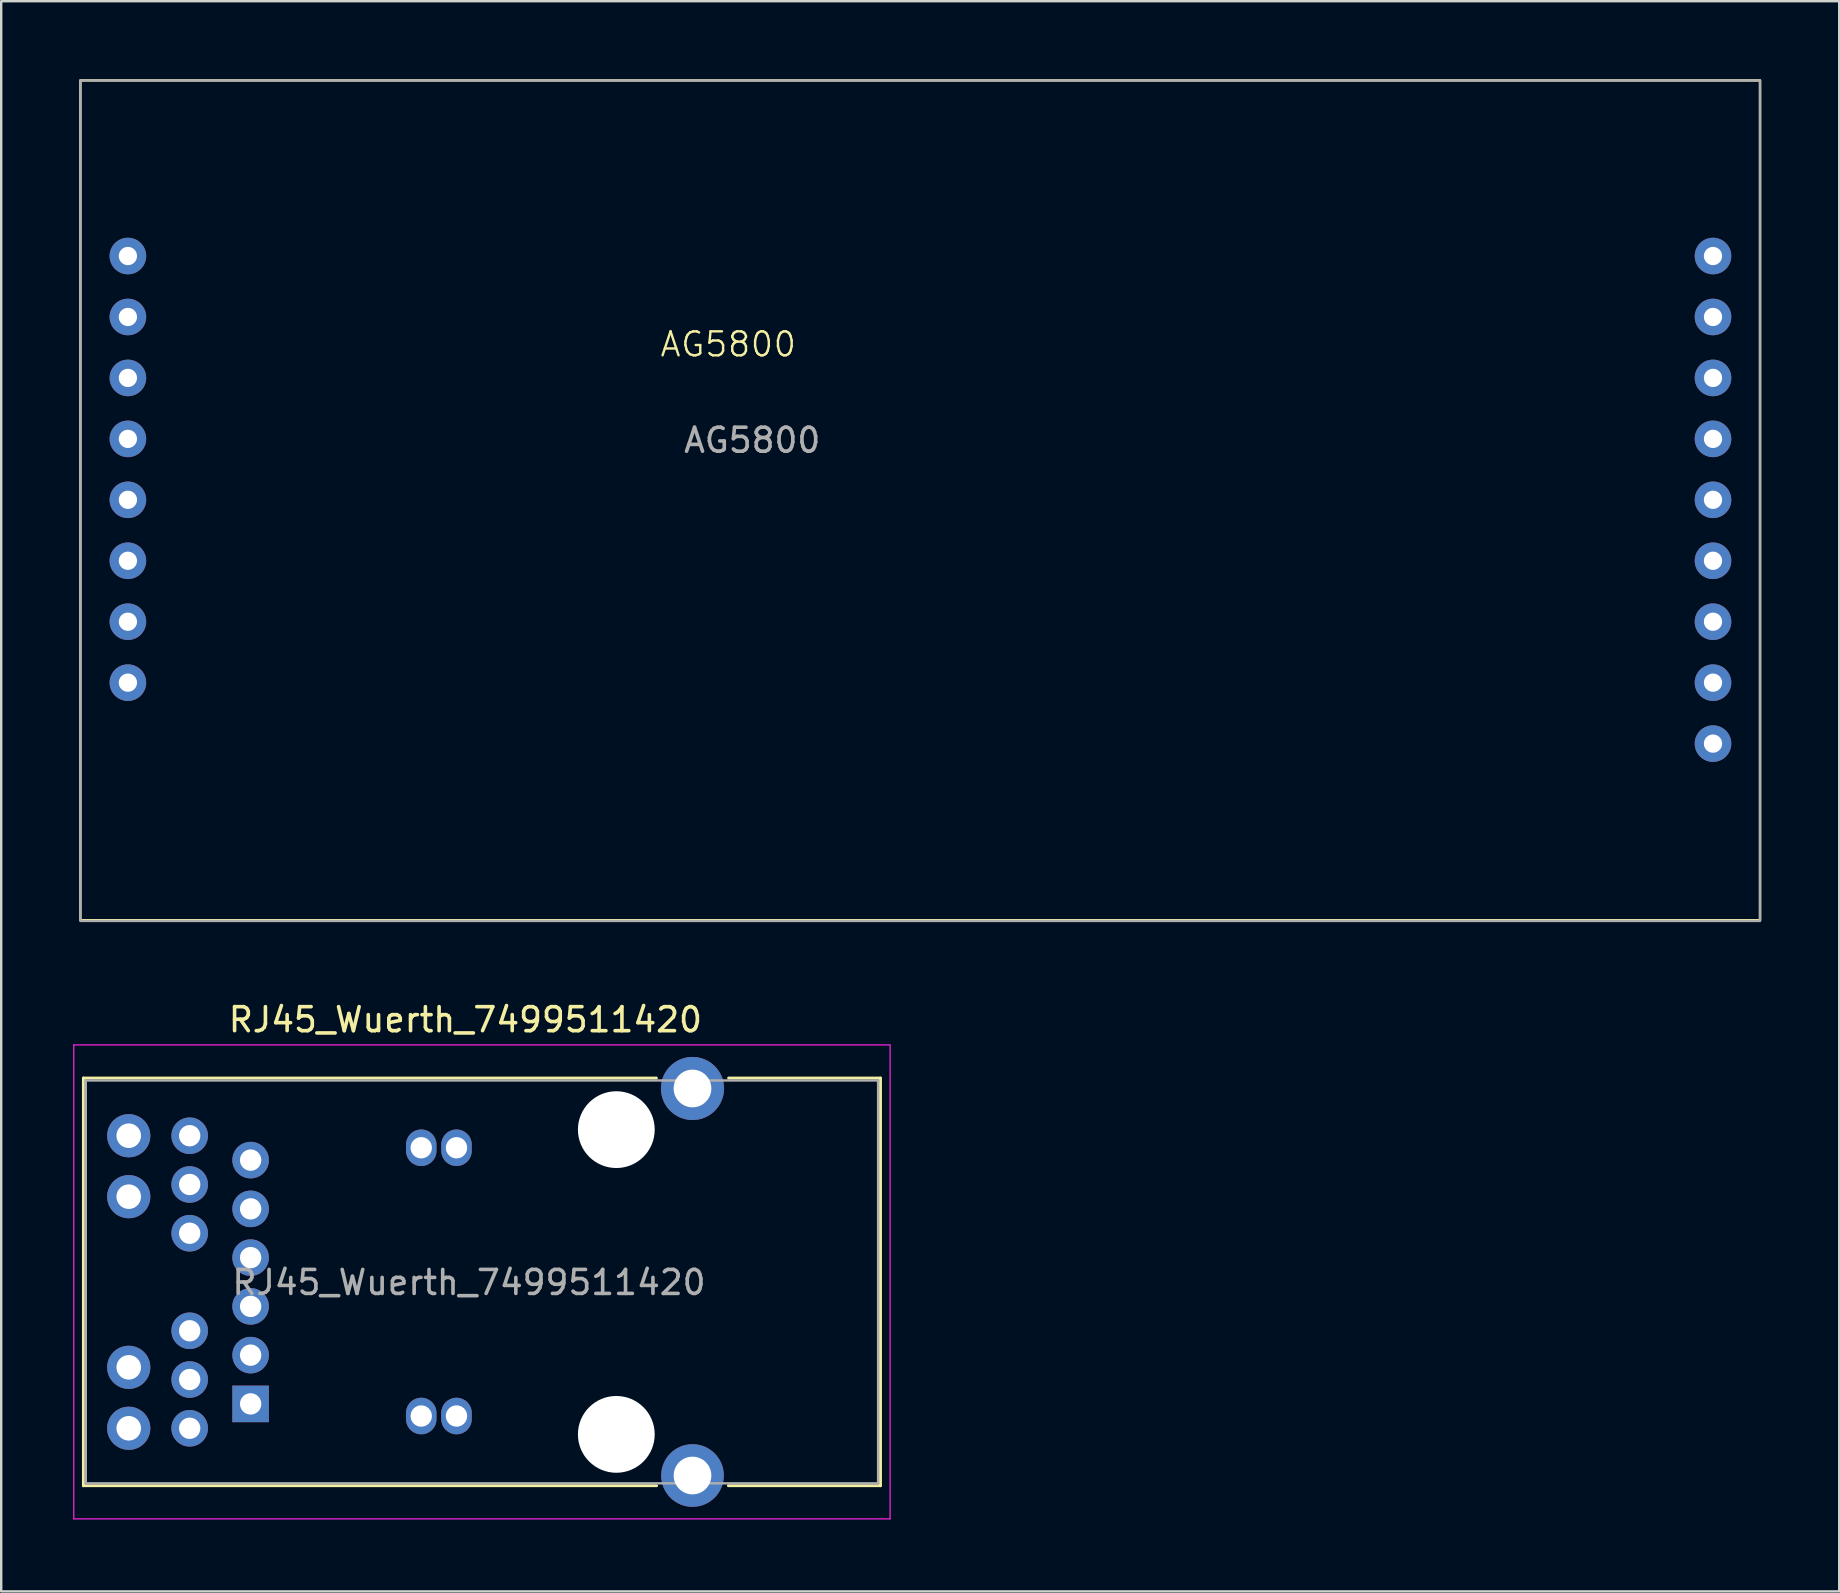
<source format=kicad_pcb>
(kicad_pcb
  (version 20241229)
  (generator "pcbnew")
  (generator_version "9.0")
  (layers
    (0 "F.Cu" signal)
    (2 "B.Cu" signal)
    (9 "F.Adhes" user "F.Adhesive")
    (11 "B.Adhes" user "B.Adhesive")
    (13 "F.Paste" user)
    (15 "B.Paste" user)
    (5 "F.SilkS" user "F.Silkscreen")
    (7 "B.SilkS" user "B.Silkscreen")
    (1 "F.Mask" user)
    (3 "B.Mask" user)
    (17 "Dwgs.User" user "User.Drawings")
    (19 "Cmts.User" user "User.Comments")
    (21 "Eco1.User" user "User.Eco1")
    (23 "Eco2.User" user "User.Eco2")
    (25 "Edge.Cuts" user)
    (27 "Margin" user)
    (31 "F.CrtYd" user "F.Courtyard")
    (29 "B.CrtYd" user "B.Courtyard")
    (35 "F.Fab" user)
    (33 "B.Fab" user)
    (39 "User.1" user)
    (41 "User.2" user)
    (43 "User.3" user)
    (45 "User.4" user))
  (footprint "AG5800"
    (layer "F.Cu")
    (at 0.3 0.3)
    (property "Reference" "AG5800" (at 27 11 0) (unlocked yes) (layer "F.SilkS") (effects (font (size 1 1) (thickness 0.1))))
    (attr through_hole)
    (fp_rect (start 0 0) (end 70 35) (stroke (width 0.1) (type default)) (fill no) (layer "F.SilkS"))
    (fp_rect (start -0.25 -0.25) (end 70.25 35.25) (stroke (width 0.1) (type default)) (fill no) (layer "Margin"))
    (fp_rect (start 0 0) (end 70 35.03) (stroke (width 0.1) (type default)) (fill no) (layer "F.Fab"))
    (fp_text user "${REFERENCE}" (at 28 15 0) (unlocked yes) (layer "F.Fab") (effects (font (size 1 1) (thickness 0.15))))
    (pad "1" thru_hole circle (at 1.98 7.32) (size 1.524 1.524) (drill 0.762) (layers "*.Cu" "*.Mask"))
    (pad "2" thru_hole circle (at 1.98 9.86) (size 1.524 1.524) (drill 0.762) (layers "*.Cu" "*.Mask"))
    (pad "3" thru_hole circle (at 1.98 12.4) (size 1.524 1.524) (drill 0.762) (layers "*.Cu" "*.Mask"))
    (pad "4" thru_hole circle (at 1.98 14.94) (size 1.524 1.524) (drill 0.762) (layers "*.Cu" "*.Mask"))
    (pad "5" thru_hole circle (at 1.98 17.48) (size 1.524 1.524) (drill 0.762) (layers "*.Cu" "*.Mask"))
    (pad "6" thru_hole circle (at 1.98 20.02) (size 1.524 1.524) (drill 0.762) (layers "*.Cu" "*.Mask"))
    (pad "7" thru_hole circle (at 1.98 22.56) (size 1.524 1.524) (drill 0.762) (layers "*.Cu" "*.Mask"))
    (pad "8" thru_hole circle (at 1.98 25.1) (size 1.524 1.524) (drill 0.762) (layers "*.Cu" "*.Mask"))
    (pad "9" thru_hole circle (at 68.04 27.64) (size 1.524 1.524) (drill 0.762) (layers "*.Cu" "*.Mask"))
    (pad "10" thru_hole circle (at 68.04 25.1) (size 1.524 1.524) (drill 0.762) (layers "*.Cu" "*.Mask"))
    (pad "11" thru_hole circle (at 68.04 22.56) (size 1.524 1.524) (drill 0.762) (layers "*.Cu" "*.Mask"))
    (pad "12" thru_hole circle (at 68.04 20.02) (size 1.524 1.524) (drill 0.762) (layers "*.Cu" "*.Mask"))
    (pad "13" thru_hole circle (at 68.04 17.48) (size 1.524 1.524) (drill 0.762) (layers "*.Cu" "*.Mask"))
    (pad "14" thru_hole circle (at 68.04 14.94) (size 1.524 1.524) (drill 0.762) (layers "*.Cu" "*.Mask"))
    (pad "15" thru_hole circle (at 68.04 12.4) (size 1.524 1.524) (drill 0.762) (layers "*.Cu" "*.Mask"))
    (pad "16" thru_hole circle (at 68.04 9.86) (size 1.524 1.524) (drill 0.762) (layers "*.Cu" "*.Mask"))
    (pad "17" thru_hole circle (at 68.04 7.32) (size 1.524 1.524) (drill 0.762) (layers "*.Cu" "*.Mask"))
    (zone (net_name "") (layers "F.Cu" "B.Cu") (name "isolation") (hatch edge 0.5) (connect_pads) (min_thickness 0.25) (filled_areas_thickness no) (keepout (tracks not_allowed) (vias not_allowed) (pads not_allowed) (copperpour not_allowed) (footprints allowed)) (placement (enabled no)) (fill) (polygon (pts (xy 49.3 0.3) (xy 46.3 0.3) (xy 46.3 35.3) (xy 49.3 35.3)))))
  (footprint "RJ45_Wuerth_7499511420"
    (layer "F.Cu")
    (at 7.395 45.298)
    (property "Reference" "RJ45_Wuerth_7499511420" (at 8.95 -5.85 180) (layer "F.SilkS") (effects (font (size 1 1) (thickness 0.15))))
    (attr through_hole)
    (fp_line (start -6.97 -3.42) (end 16.91 -3.42) (stroke (width 0.12) (type solid)) (layer "F.SilkS"))
    (fp_line (start -6.97 13.57) (end -6.97 -3.42) (stroke (width 0.12) (type solid)) (layer "F.SilkS"))
    (fp_line (start 16.92 13.57) (end -6.97 13.57) (stroke (width 0.12) (type solid)) (layer "F.SilkS"))
    (fp_line (start 26.25 -3.42) (end 19.92 -3.42) (stroke (width 0.12) (type solid)) (layer "F.SilkS"))
    (fp_line (start 26.25 13.57) (end 19.91 13.57) (stroke (width 0.12) (type solid)) (layer "F.SilkS"))
    (fp_line (start 26.25 13.57) (end 26.25 -3.42) (stroke (width 0.12) (type solid)) (layer "F.SilkS"))
    (fp_line (start -7.37 -4.8) (end 26.65 -4.8) (stroke (width 0.05) (type solid)) (layer "F.CrtYd"))
    (fp_line (start -7.37 14.95) (end -7.37 -4.8) (stroke (width 0.05) (type solid)) (layer "F.CrtYd"))
    (fp_line (start -7.37 14.95) (end 26.65 14.95) (stroke (width 0.05) (type solid)) (layer "F.CrtYd"))
    (fp_line (start 26.65 14.95) (end 26.65 -4.8) (stroke (width 0.05) (type solid)) (layer "F.CrtYd"))
    (fp_line (start -6.87 -3.32) (end -6.87 13.47) (stroke (width 0.1) (type solid)) (layer "F.Fab"))
    (fp_line (start -6.87 -3.32) (end 26.15 -3.32) (stroke (width 0.1) (type solid)) (layer "F.Fab"))
    (fp_line (start -6.87 13.47) (end 26.15 13.47) (stroke (width 0.1) (type solid)) (layer "F.Fab"))
    (fp_line (start 26.15 13.47) (end 26.15 -3.32) (stroke (width 0.1) (type solid)) (layer "F.Fab"))
    (fp_text user "${REFERENCE}" (at 9.1 5.1 180) (layer "F.Fab") (effects (font (size 1 1) (thickness 0.15))))
    (pad "" np_thru_hole circle (at 15.24 -1.27 180) (size 3.2 3.2) (drill 3.2) (layers "*.Cu" "*.Mask"))
    (pad "" np_thru_hole circle (at 15.24 11.43 180) (size 3.2 3.2) (drill 3.2) (layers "*.Cu" "*.Mask"))
    (pad "1" thru_hole rect (at 0 10.16 180) (size 1.524 1.524) (drill 0.89) (layers "*.Cu" "*.Mask"))
    (pad "2" thru_hole circle (at 0 8.128 180) (size 1.524 1.524) (drill 0.89) (layers "*.Cu" "*.Mask"))
    (pad "3" thru_hole circle (at 0 6.096 180) (size 1.524 1.524) (drill 0.89) (layers "*.Cu" "*.Mask"))
    (pad "4" thru_hole circle (at 0 4.064 180) (size 1.524 1.524) (drill 0.89) (layers "*.Cu" "*.Mask"))
    (pad "5" thru_hole circle (at 0 2.032 180) (size 1.524 1.524) (drill 0.89) (layers "*.Cu" "*.Mask"))
    (pad "6" thru_hole circle (at 0 0 180) (size 1.524 1.524) (drill 0.89) (layers "*.Cu" "*.Mask"))
    (pad "7" thru_hole circle (at -2.54 11.176 180) (size 1.524 1.524) (drill 0.89) (layers "*.Cu" "*.Mask"))
    (pad "8" thru_hole circle (at -2.54 9.144 180) (size 1.524 1.524) (drill 0.89) (layers "*.Cu" "*.Mask"))
    (pad "9" thru_hole circle (at -2.54 7.112 180) (size 1.524 1.524) (drill 0.89) (layers "*.Cu" "*.Mask"))
    (pad "10" thru_hole circle (at -2.54 3.048 180) (size 1.524 1.524) (drill 0.89) (layers "*.Cu" "*.Mask"))
    (pad "11" thru_hole circle (at -2.54 1.016 180) (size 1.524 1.524) (drill 0.89) (layers "*.Cu" "*.Mask"))
    (pad "12" thru_hole circle (at -2.54 -1.016 180) (size 1.524 1.524) (drill 0.89) (layers "*.Cu" "*.Mask"))
    (pad "13" thru_hole oval (at 7.11 10.665 180) (size 1.27 1.524) (drill 0.89) (layers "*.Cu" "*.Mask"))
    (pad "14" thru_hole oval (at 7.11 -0.515 180) (size 1.27 1.524) (drill 0.89) (layers "*.Cu" "*.Mask"))
    (pad "15" thru_hole oval (at 8.58 10.665 180) (size 1.27 1.524) (drill 0.89) (layers "*.Cu" "*.Mask"))
    (pad "16" thru_hole oval (at 8.58 -0.515 180) (size 1.27 1.524) (drill 0.89) (layers "*.Cu" "*.Mask"))
    (pad "17" thru_hole circle (at -5.08 11.176 180) (size 1.8 1.8) (drill 1.025) (layers "*.Cu" "*.Mask"))
    (pad "18" thru_hole circle (at -5.08 8.636 180) (size 1.8 1.8) (drill 1.025) (layers "*.Cu" "*.Mask"))
    (pad "19" thru_hole circle (at -5.08 1.524 180) (size 1.8 1.8) (drill 1.025) (layers "*.Cu" "*.Mask"))
    (pad "20" thru_hole circle (at -5.08 -1.016 180) (size 1.8 1.8) (drill 1.025) (layers "*.Cu" "*.Mask"))
    (pad "SH" thru_hole circle (at 18.415 -2.985 180) (size 2.63 2.63) (drill 1.57) (layers "*.Cu" "*.Mask"))
    (pad "SH" thru_hole circle (at 18.415 13.145 180) (size 2.61 2.61) (drill 1.57) (layers "*.Cu" "*.Mask")))
  (gr_rect
    (start -3 -3)
    (end 73.6 63.273)
    (stroke (width 0.1) (type default))
    (fill no)
    (layer "Edge.Cuts")))
</source>
